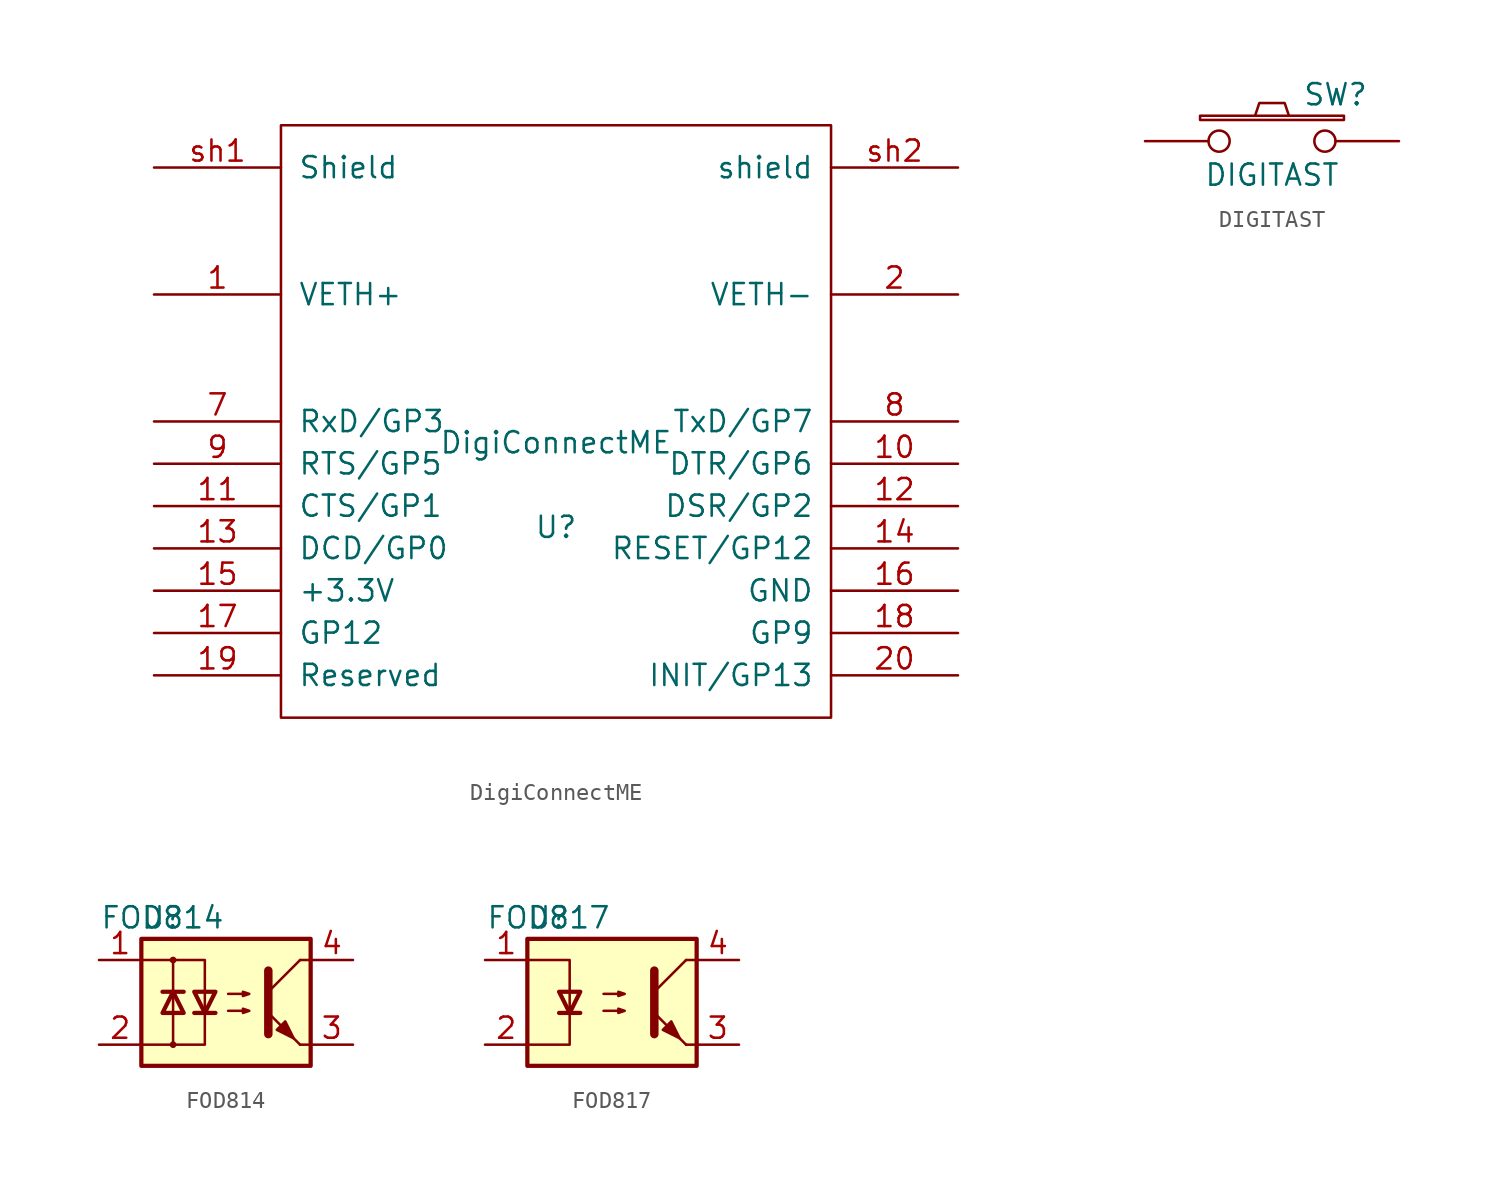
<source format=kicad_sym>
(kicad_symbol_lib
  (version 20220914)
  (generator kicad_symbol_editor)
  (symbol "DigiConnectME"
    (pin_names
      (offset 1.016))
    (property "Reference" "U"
      (at 0 -2.54 0)
      (effects (font (size 1.27 1.27))))
    (property "Value" "DigiConnectME"
      (at 0 2.54 0)
      (effects (font (size 1.27 1.27))))
    (symbol "DigiConnectME_0_1"
      (rectangle (start -16.51 21.59) (end 16.51 -13.97) (stroke (width 0) (type default)) (fill (type none))))
    (symbol "DigiConnectME_1_1"
      (pin power_out line (at -24.13 11.43 0) (length 7.62) (name "VETH+" (effects (font (size 1.27 1.27)))) (number "1" (effects (font (size 1.27 1.27)))))
      (pin bidirectional line (at 24.13 1.27 180) (length 7.62) (name "DTR/GP6" (effects (font (size 1.27 1.27)))) (number "10" (effects (font (size 1.27 1.27)))))
      (pin bidirectional line (at -24.13 -1.27 0) (length 7.62) (name "CTS/GP1" (effects (font (size 1.27 1.27)))) (number "11" (effects (font (size 1.27 1.27)))))
      (pin bidirectional line (at 24.13 -1.27 180) (length 7.62) (name "DSR/GP2" (effects (font (size 1.27 1.27)))) (number "12" (effects (font (size 1.27 1.27)))))
      (pin bidirectional line (at -24.13 -3.81 0) (length 7.62) (name "DCD/GP0" (effects (font (size 1.27 1.27)))) (number "13" (effects (font (size 1.27 1.27)))))
      (pin input line (at 24.13 -3.81 180) (length 7.62) (name "RESET/GP12" (effects (font (size 1.27 1.27)))) (number "14" (effects (font (size 1.27 1.27)))))
      (pin power_in line (at -24.13 -6.35 0) (length 7.62) (name "+3.3V" (effects (font (size 1.27 1.27)))) (number "15" (effects (font (size 1.27 1.27)))))
      (pin power_in line (at 24.13 -6.35 180) (length 7.62) (name "GND" (effects (font (size 1.27 1.27)))) (number "16" (effects (font (size 1.27 1.27)))))
      (pin bidirectional line (at -24.13 -8.89 0) (length 7.62) (name "GP12" (effects (font (size 1.27 1.27)))) (number "17" (effects (font (size 1.27 1.27)))))
      (pin bidirectional line (at 24.13 -8.89 180) (length 7.62) (name "GP9" (effects (font (size 1.27 1.27)))) (number "18" (effects (font (size 1.27 1.27)))))
      (pin unspecified line (at -24.13 -11.43 0) (length 7.62) (name "Reserved" (effects (font (size 1.27 1.27)))) (number "19" (effects (font (size 1.27 1.27)))))
      (pin power_out line (at 24.13 11.43 180) (length 7.62) (name "VETH-" (effects (font (size 1.27 1.27)))) (number "2" (effects (font (size 1.27 1.27)))))
      (pin bidirectional line (at 24.13 -11.43 180) (length 7.62) (name "INIT/GP13" (effects (font (size 1.27 1.27)))) (number "20" (effects (font (size 1.27 1.27)))))
      (pin bidirectional line (at -24.13 3.81 0) (length 7.62) (name "RxD/GP3" (effects (font (size 1.27 1.27)))) (number "7" (effects (font (size 1.27 1.27)))))
      (pin bidirectional line (at 24.13 3.81 180) (length 7.62) (name "TxD/GP7" (effects (font (size 1.27 1.27)))) (number "8" (effects (font (size 1.27 1.27)))))
      (pin bidirectional line (at -24.13 1.27 0) (length 7.62) (name "RTS/GP5" (effects (font (size 1.27 1.27)))) (number "9" (effects (font (size 1.27 1.27)))))
      (pin input line (at -24.13 19.05 0) (length 7.62) (name "Shield" (effects (font (size 1.27 1.27)))) (number "sh1" (effects (font (size 1.27 1.27)))))
      (pin input line (at 24.13 19.05 180) (length 7.62) (name "shield" (effects (font (size 1.27 1.27)))) (number "sh2" (effects (font (size 1.27 1.27)))))))
  (symbol "DIGITAST"
    (pin_numbers hide)
    (pin_names
      (offset 1.016) hide)
    (property "Reference" "SW"
      (at 3.81 2.794 0)
      (effects (font (size 1.27 1.27))))
    (property "Value" "DIGITAST"
      (at 0 -2.032 0)
      (effects (font (size 1.27 1.27))))
    (symbol "DIGITAST_0_1"
      (rectangle (start -4.318 1.27) (end 4.318 1.524) (stroke (width 0) (type default)) (fill (type none)))
      (polyline (pts (xy -1.016 1.524) (xy -0.762 2.286) (xy 0.762 2.286) (xy 1.016 1.524)) (stroke (width 0) (type default)) (fill (type none)))
      (pin passive inverted (at -7.62 0 0) (length 5.08) (name "1" (effects (font (size 1.524 1.524)))) (number "NO1" (effects (font (size 1.524 1.524)))))
      (pin passive inverted (at 7.62 0 180) (length 5.08) (name "NO2" (effects (font (size 1.524 1.524)))) (number "NO2" (effects (font (size 1.524 1.524)))))))
  (symbol "FOD814"
    (property "Reference" "U"
      (at 0 0 0)
      (effects (font (size 1.27 1.27))))
    (property "Value" "FOD814"
      (at 0 0 0)
      (effects (font (size 1.27 1.27))))
    (symbol "FOD814_0_1"
      (rectangle (start -1.27 -1.27) (end 8.89 -8.89) (stroke (width 0.254) (type default)) (fill (type background)))
      (polyline (pts (xy 0 -4.445) (xy 1.27 -4.445)) (stroke (width 0.254) (type default)) (fill (type none)))
      (polyline (pts (xy 0.635 -5.715) (xy 0.635 -7.62)) (stroke (width 0) (type default)) (fill (type none)))
      (polyline (pts (xy 0.635 -5.715) (xy 0.635 -2.54)) (stroke (width 0) (type default)) (fill (type none)))
      (polyline (pts (xy 1.905 -5.715) (xy 3.175 -5.715)) (stroke (width 0.254) (type default)) (fill (type none)))
      (polyline (pts (xy 6.35 -4.445) (xy 8.255 -2.54)) (stroke (width 0) (type default)) (fill (type none)))
      (polyline (pts (xy 8.255 -7.62) (xy 6.35 -5.715)) (stroke (width 0) (type default)) (fill (type outline)))
      (polyline (pts (xy 8.255 -7.62) (xy 8.89 -7.62)) (stroke (width 0) (type default)) (fill (type none)))
      (polyline (pts (xy 8.255 -2.54) (xy 8.89 -2.54)) (stroke (width 0) (type default)) (fill (type none)))
      (polyline (pts (xy -1.27 -2.54) (xy 2.54 -2.54) (xy 2.54 -5.715)) (stroke (width 0) (type default)) (fill (type none)))
      (polyline (pts (xy 2.54 -5.715) (xy 2.54 -7.62) (xy -1.27 -7.62)) (stroke (width 0) (type default)) (fill (type none)))
      (polyline (pts (xy 6.35 -3.175) (xy 6.35 -6.985) (xy 6.35 -6.985)) (stroke (width 0.508) (type default)) (fill (type none)))
      (polyline (pts (xy 0.635 -4.445) (xy 0 -5.715) (xy 1.27 -5.715) (xy 0.635 -4.445)) (stroke (width 0.254) (type default)) (fill (type none)))
      (polyline (pts (xy 2.54 -5.715) (xy 1.905 -4.445) (xy 3.175 -4.445) (xy 2.54 -5.715)) (stroke (width 0.254) (type default)) (fill (type none)))
      (polyline (pts (xy 3.937 -5.588) (xy 5.207 -5.588) (xy 4.826 -5.715) (xy 4.826 -5.461) (xy 5.207 -5.588)) (stroke (width 0) (type default)) (fill (type none)))
      (polyline (pts (xy 3.937 -4.572) (xy 5.207 -4.572) (xy 4.826 -4.699) (xy 4.826 -4.445) (xy 5.207 -4.572)) (stroke (width 0) (type default)) (fill (type none)))
      (polyline (pts (xy 6.858 -6.731) (xy 7.366 -6.223) (xy 7.874 -7.239) (xy 6.858 -6.731) (xy 6.858 -6.731)) (stroke (width 0) (type default)) (fill (type outline)))
      (circle (center 0.635 -7.62) (radius 0.127) (stroke (width 0) (type default)) (fill (type none)))
      (circle (center 0.635 -2.54) (radius 0.127) (stroke (width 0) (type default)) (fill (type none))))
    (symbol "FOD814_1_1"
      (pin passive line (at -3.81 -2.54 0) (length 2.54) (name "~" (effects (font (size 1.27 1.27)))) (number "1" (effects (font (size 1.27 1.27)))))
      (pin passive line (at -3.81 -7.62 0) (length 2.54) (name "~" (effects (font (size 1.27 1.27)))) (number "2" (effects (font (size 1.27 1.27)))))
      (pin passive line (at 11.43 -7.62 180) (length 2.54) (name "~" (effects (font (size 1.27 1.27)))) (number "3" (effects (font (size 1.27 1.27)))))
      (pin passive line (at 11.43 -2.54 180) (length 2.54) (name "~" (effects (font (size 1.27 1.27)))) (number "4" (effects (font (size 1.27 1.27)))))))
  (symbol "FOD817"
    (property "Reference" "U"
      (at 0 0 0)
      (effects (font (size 1.27 1.27))))
    (property "Value" "FOD817"
      (at 0 0 0)
      (effects (font (size 1.27 1.27))))
    (symbol "FOD817_0_1"
      (rectangle (start -1.27 -1.27) (end 8.89 -8.89) (stroke (width 0.254) (type default)) (fill (type background)))
      (polyline (pts (xy 0.635 -5.715) (xy 1.905 -5.715)) (stroke (width 0.254) (type default)) (fill (type none)))
      (polyline (pts (xy 6.35 -4.445) (xy 8.255 -2.54)) (stroke (width 0) (type default)) (fill (type none)))
      (polyline (pts (xy 8.255 -7.62) (xy 6.35 -5.715)) (stroke (width 0) (type default)) (fill (type outline)))
      (polyline (pts (xy 8.255 -7.62) (xy 8.89 -7.62)) (stroke (width 0) (type default)) (fill (type none)))
      (polyline (pts (xy 8.255 -2.54) (xy 8.89 -2.54)) (stroke (width 0) (type default)) (fill (type none)))
      (polyline (pts (xy -1.27 -2.54) (xy 1.27 -2.54) (xy 1.27 -5.715)) (stroke (width 0) (type default)) (fill (type none)))
      (polyline (pts (xy 1.27 -5.715) (xy 1.27 -7.62) (xy -1.27 -7.62)) (stroke (width 0) (type default)) (fill (type none)))
      (polyline (pts (xy 6.35 -3.175) (xy 6.35 -6.985) (xy 6.35 -6.985)) (stroke (width 0.508) (type default)) (fill (type none)))
      (polyline (pts (xy 1.27 -5.715) (xy 0.635 -4.445) (xy 1.905 -4.445) (xy 1.27 -5.715)) (stroke (width 0.254) (type default)) (fill (type none)))
      (polyline (pts (xy 3.302 -5.588) (xy 4.572 -5.588) (xy 4.191 -5.715) (xy 4.191 -5.461) (xy 4.572 -5.588)) (stroke (width 0) (type default)) (fill (type none)))
      (polyline (pts (xy 3.302 -4.572) (xy 4.572 -4.572) (xy 4.191 -4.699) (xy 4.191 -4.445) (xy 4.572 -4.572)) (stroke (width 0) (type default)) (fill (type none)))
      (polyline (pts (xy 6.858 -6.731) (xy 7.366 -6.223) (xy 7.874 -7.239) (xy 6.858 -6.731) (xy 6.858 -6.731)) (stroke (width 0) (type default)) (fill (type outline))))
    (symbol "FOD817_1_1"
      (pin passive line (at -3.81 -2.54 0) (length 2.54) (name "~" (effects (font (size 1.27 1.27)))) (number "1" (effects (font (size 1.27 1.27)))))
      (pin passive line (at -3.81 -7.62 0) (length 2.54) (name "~" (effects (font (size 1.27 1.27)))) (number "2" (effects (font (size 1.27 1.27)))))
      (pin passive line (at 11.43 -7.62 180) (length 2.54) (name "~" (effects (font (size 1.27 1.27)))) (number "3" (effects (font (size 1.27 1.27)))))
      (pin passive line (at 11.43 -2.54 180) (length 2.54) (name "~" (effects (font (size 1.27 1.27)))) (number "4" (effects (font (size 1.27 1.27))))))))
</source>
